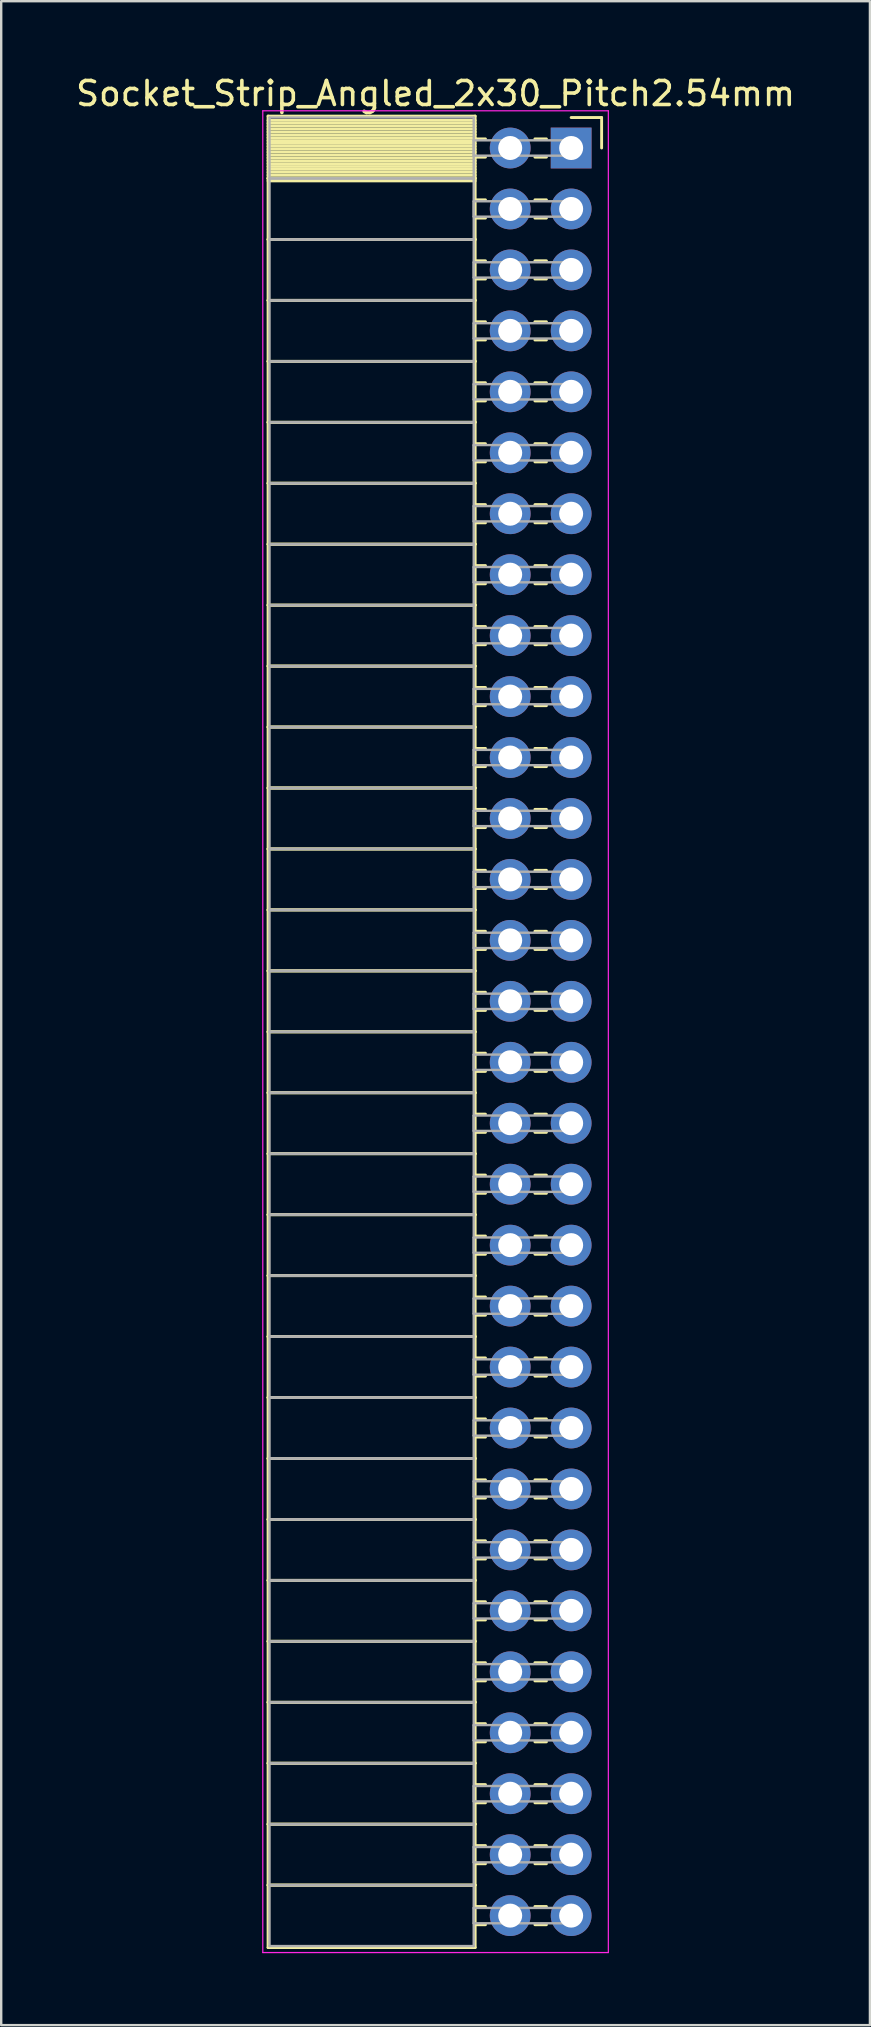
<source format=kicad_pcb>
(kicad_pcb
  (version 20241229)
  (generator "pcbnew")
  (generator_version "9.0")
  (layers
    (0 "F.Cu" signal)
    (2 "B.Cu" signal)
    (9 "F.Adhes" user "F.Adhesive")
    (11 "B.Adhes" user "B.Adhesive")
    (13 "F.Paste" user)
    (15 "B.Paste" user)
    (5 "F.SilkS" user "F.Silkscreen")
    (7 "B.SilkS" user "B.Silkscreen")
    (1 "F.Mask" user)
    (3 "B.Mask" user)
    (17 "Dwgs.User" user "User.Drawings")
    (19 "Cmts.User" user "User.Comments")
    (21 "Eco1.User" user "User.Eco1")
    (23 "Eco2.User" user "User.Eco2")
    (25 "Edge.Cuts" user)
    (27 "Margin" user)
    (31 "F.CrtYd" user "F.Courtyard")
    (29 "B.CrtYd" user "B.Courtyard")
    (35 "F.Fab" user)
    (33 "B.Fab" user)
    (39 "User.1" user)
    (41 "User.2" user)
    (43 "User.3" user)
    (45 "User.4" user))
  (footprint "Socket_Strip_Angled_2x30_Pitch2.54mm"
    (layer "F.Cu")
    (at 20.751 3.118)
    (property "Reference" "Socket_Strip_Angled_2x30_Pitch2.54mm" (at -5.65 -2.27 0) (layer "F.SilkS") (effects (font (size 1 1) (thickness 0.15))))
    (attr through_hole)
    (fp_line (start -12.63 -1.33) (end -4 -1.33) (stroke (width 0.12) (type solid)) (layer "F.SilkS"))
    (fp_line (start -12.63 1.27) (end -12.63 -1.33) (stroke (width 0.12) (type solid)) (layer "F.SilkS"))
    (fp_line (start -12.63 1.27) (end -4 1.27) (stroke (width 0.12) (type solid)) (layer "F.SilkS"))
    (fp_line (start -12.63 3.81) (end -12.63 1.27) (stroke (width 0.12) (type solid)) (layer "F.SilkS"))
    (fp_line (start -12.63 3.81) (end -4 3.81) (stroke (width 0.12) (type solid)) (layer "F.SilkS"))
    (fp_line (start -12.63 6.35) (end -12.63 3.81) (stroke (width 0.12) (type solid)) (layer "F.SilkS"))
    (fp_line (start -12.63 6.35) (end -4 6.35) (stroke (width 0.12) (type solid)) (layer "F.SilkS"))
    (fp_line (start -12.63 8.89) (end -12.63 6.35) (stroke (width 0.12) (type solid)) (layer "F.SilkS"))
    (fp_line (start -12.63 8.89) (end -4 8.89) (stroke (width 0.12) (type solid)) (layer "F.SilkS"))
    (fp_line (start -12.63 11.43) (end -12.63 8.89) (stroke (width 0.12) (type solid)) (layer "F.SilkS"))
    (fp_line (start -12.63 11.43) (end -4 11.43) (stroke (width 0.12) (type solid)) (layer "F.SilkS"))
    (fp_line (start -12.63 13.97) (end -12.63 11.43) (stroke (width 0.12) (type solid)) (layer "F.SilkS"))
    (fp_line (start -12.63 13.97) (end -4 13.97) (stroke (width 0.12) (type solid)) (layer "F.SilkS"))
    (fp_line (start -12.63 16.51) (end -12.63 13.97) (stroke (width 0.12) (type solid)) (layer "F.SilkS"))
    (fp_line (start -12.63 16.51) (end -4 16.51) (stroke (width 0.12) (type solid)) (layer "F.SilkS"))
    (fp_line (start -12.63 19.05) (end -12.63 16.51) (stroke (width 0.12) (type solid)) (layer "F.SilkS"))
    (fp_line (start -12.63 19.05) (end -4 19.05) (stroke (width 0.12) (type solid)) (layer "F.SilkS"))
    (fp_line (start -12.63 21.59) (end -12.63 19.05) (stroke (width 0.12) (type solid)) (layer "F.SilkS"))
    (fp_line (start -12.63 21.59) (end -4 21.59) (stroke (width 0.12) (type solid)) (layer "F.SilkS"))
    (fp_line (start -12.63 24.13) (end -12.63 21.59) (stroke (width 0.12) (type solid)) (layer "F.SilkS"))
    (fp_line (start -12.63 24.13) (end -4 24.13) (stroke (width 0.12) (type solid)) (layer "F.SilkS"))
    (fp_line (start -12.63 26.67) (end -12.63 24.13) (stroke (width 0.12) (type solid)) (layer "F.SilkS"))
    (fp_line (start -12.63 26.67) (end -4 26.67) (stroke (width 0.12) (type solid)) (layer "F.SilkS"))
    (fp_line (start -12.63 29.21) (end -12.63 26.67) (stroke (width 0.12) (type solid)) (layer "F.SilkS"))
    (fp_line (start -12.63 29.21) (end -4 29.21) (stroke (width 0.12) (type solid)) (layer "F.SilkS"))
    (fp_line (start -12.63 31.75) (end -12.63 29.21) (stroke (width 0.12) (type solid)) (layer "F.SilkS"))
    (fp_line (start -12.63 31.75) (end -4 31.75) (stroke (width 0.12) (type solid)) (layer "F.SilkS"))
    (fp_line (start -12.63 34.29) (end -12.63 31.75) (stroke (width 0.12) (type solid)) (layer "F.SilkS"))
    (fp_line (start -12.63 34.29) (end -4 34.29) (stroke (width 0.12) (type solid)) (layer "F.SilkS"))
    (fp_line (start -12.63 36.83) (end -12.63 34.29) (stroke (width 0.12) (type solid)) (layer "F.SilkS"))
    (fp_line (start -12.63 36.83) (end -4 36.83) (stroke (width 0.12) (type solid)) (layer "F.SilkS"))
    (fp_line (start -12.63 39.37) (end -12.63 36.83) (stroke (width 0.12) (type solid)) (layer "F.SilkS"))
    (fp_line (start -12.63 39.37) (end -4 39.37) (stroke (width 0.12) (type solid)) (layer "F.SilkS"))
    (fp_line (start -12.63 41.91) (end -12.63 39.37) (stroke (width 0.12) (type solid)) (layer "F.SilkS"))
    (fp_line (start -12.63 41.91) (end -4 41.91) (stroke (width 0.12) (type solid)) (layer "F.SilkS"))
    (fp_line (start -12.63 44.45) (end -12.63 41.91) (stroke (width 0.12) (type solid)) (layer "F.SilkS"))
    (fp_line (start -12.63 44.45) (end -4 44.45) (stroke (width 0.12) (type solid)) (layer "F.SilkS"))
    (fp_line (start -12.63 46.99) (end -12.63 44.45) (stroke (width 0.12) (type solid)) (layer "F.SilkS"))
    (fp_line (start -12.63 46.99) (end -4 46.99) (stroke (width 0.12) (type solid)) (layer "F.SilkS"))
    (fp_line (start -12.63 49.53) (end -12.63 46.99) (stroke (width 0.12) (type solid)) (layer "F.SilkS"))
    (fp_line (start -12.63 49.53) (end -4 49.53) (stroke (width 0.12) (type solid)) (layer "F.SilkS"))
    (fp_line (start -12.63 52.07) (end -12.63 49.53) (stroke (width 0.12) (type solid)) (layer "F.SilkS"))
    (fp_line (start -12.63 52.07) (end -4 52.07) (stroke (width 0.12) (type solid)) (layer "F.SilkS"))
    (fp_line (start -12.63 54.61) (end -12.63 52.07) (stroke (width 0.12) (type solid)) (layer "F.SilkS"))
    (fp_line (start -12.63 54.61) (end -4 54.61) (stroke (width 0.12) (type solid)) (layer "F.SilkS"))
    (fp_line (start -12.63 57.15) (end -12.63 54.61) (stroke (width 0.12) (type solid)) (layer "F.SilkS"))
    (fp_line (start -12.63 57.15) (end -4 57.15) (stroke (width 0.12) (type solid)) (layer "F.SilkS"))
    (fp_line (start -12.63 59.69) (end -12.63 57.15) (stroke (width 0.12) (type solid)) (layer "F.SilkS"))
    (fp_line (start -12.63 59.69) (end -4 59.69) (stroke (width 0.12) (type solid)) (layer "F.SilkS"))
    (fp_line (start -12.63 62.23) (end -12.63 59.69) (stroke (width 0.12) (type solid)) (layer "F.SilkS"))
    (fp_line (start -12.63 62.23) (end -4 62.23) (stroke (width 0.12) (type solid)) (layer "F.SilkS"))
    (fp_line (start -12.63 64.77) (end -12.63 62.23) (stroke (width 0.12) (type solid)) (layer "F.SilkS"))
    (fp_line (start -12.63 64.77) (end -4 64.77) (stroke (width 0.12) (type solid)) (layer "F.SilkS"))
    (fp_line (start -12.63 67.31) (end -12.63 64.77) (stroke (width 0.12) (type solid)) (layer "F.SilkS"))
    (fp_line (start -12.63 67.31) (end -4 67.31) (stroke (width 0.12) (type solid)) (layer "F.SilkS"))
    (fp_line (start -12.63 69.85) (end -12.63 67.31) (stroke (width 0.12) (type solid)) (layer "F.SilkS"))
    (fp_line (start -12.63 69.85) (end -4 69.85) (stroke (width 0.12) (type solid)) (layer "F.SilkS"))
    (fp_line (start -12.63 72.39) (end -12.63 69.85) (stroke (width 0.12) (type solid)) (layer "F.SilkS"))
    (fp_line (start -12.63 72.39) (end -4 72.39) (stroke (width 0.12) (type solid)) (layer "F.SilkS"))
    (fp_line (start -12.63 74.99) (end -12.63 72.39) (stroke (width 0.12) (type solid)) (layer "F.SilkS"))
    (fp_line (start -4 -1.33) (end -4 1.27) (stroke (width 0.12) (type solid)) (layer "F.SilkS"))
    (fp_line (start -4 -1.15) (end -12.63 -1.15) (stroke (width 0.12) (type solid)) (layer "F.SilkS"))
    (fp_line (start -4 -1.03) (end -12.63 -1.03) (stroke (width 0.12) (type solid)) (layer "F.SilkS"))
    (fp_line (start -4 -0.91) (end -12.63 -0.91) (stroke (width 0.12) (type solid)) (layer "F.SilkS"))
    (fp_line (start -4 -0.79) (end -12.63 -0.79) (stroke (width 0.12) (type solid)) (layer "F.SilkS"))
    (fp_line (start -4 -0.67) (end -12.63 -0.67) (stroke (width 0.12) (type solid)) (layer "F.SilkS"))
    (fp_line (start -4 -0.55) (end -12.63 -0.55) (stroke (width 0.12) (type solid)) (layer "F.SilkS"))
    (fp_line (start -4 -0.43) (end -12.63 -0.43) (stroke (width 0.12) (type solid)) (layer "F.SilkS"))
    (fp_line (start -4 -0.31) (end -12.63 -0.31) (stroke (width 0.12) (type solid)) (layer "F.SilkS"))
    (fp_line (start -4 -0.19) (end -12.63 -0.19) (stroke (width 0.12) (type solid)) (layer "F.SilkS"))
    (fp_line (start -4 -0.07) (end -12.63 -0.07) (stroke (width 0.12) (type solid)) (layer "F.SilkS"))
    (fp_line (start -4 0.05) (end -12.63 0.05) (stroke (width 0.12) (type solid)) (layer "F.SilkS"))
    (fp_line (start -4 0.17) (end -12.63 0.17) (stroke (width 0.12) (type solid)) (layer "F.SilkS"))
    (fp_line (start -4 0.29) (end -12.63 0.29) (stroke (width 0.12) (type solid)) (layer "F.SilkS"))
    (fp_line (start -4 0.41) (end -12.63 0.41) (stroke (width 0.12) (type solid)) (layer "F.SilkS"))
    (fp_line (start -4 0.53) (end -12.63 0.53) (stroke (width 0.12) (type solid)) (layer "F.SilkS"))
    (fp_line (start -4 0.65) (end -12.63 0.65) (stroke (width 0.12) (type solid)) (layer "F.SilkS"))
    (fp_line (start -4 0.77) (end -12.63 0.77) (stroke (width 0.12) (type solid)) (layer "F.SilkS"))
    (fp_line (start -4 0.89) (end -12.63 0.89) (stroke (width 0.12) (type solid)) (layer "F.SilkS"))
    (fp_line (start -4 1.01) (end -12.63 1.01) (stroke (width 0.12) (type solid)) (layer "F.SilkS"))
    (fp_line (start -4 1.13) (end -12.63 1.13) (stroke (width 0.12) (type solid)) (layer "F.SilkS"))
    (fp_line (start -4 1.25) (end -12.63 1.25) (stroke (width 0.12) (type solid)) (layer "F.SilkS"))
    (fp_line (start -4 1.27) (end -12.63 1.27) (stroke (width 0.12) (type solid)) (layer "F.SilkS"))
    (fp_line (start -4 1.27) (end -4 3.81) (stroke (width 0.12) (type solid)) (layer "F.SilkS"))
    (fp_line (start -4 1.37) (end -12.63 1.37) (stroke (width 0.12) (type solid)) (layer "F.SilkS"))
    (fp_line (start -4 3.81) (end -12.63 3.81) (stroke (width 0.12) (type solid)) (layer "F.SilkS"))
    (fp_line (start -4 3.81) (end -4 6.35) (stroke (width 0.12) (type solid)) (layer "F.SilkS"))
    (fp_line (start -4 6.35) (end -12.63 6.35) (stroke (width 0.12) (type solid)) (layer "F.SilkS"))
    (fp_line (start -4 6.35) (end -4 8.89) (stroke (width 0.12) (type solid)) (layer "F.SilkS"))
    (fp_line (start -4 8.89) (end -12.63 8.89) (stroke (width 0.12) (type solid)) (layer "F.SilkS"))
    (fp_line (start -4 8.89) (end -4 11.43) (stroke (width 0.12) (type solid)) (layer "F.SilkS"))
    (fp_line (start -4 11.43) (end -12.63 11.43) (stroke (width 0.12) (type solid)) (layer "F.SilkS"))
    (fp_line (start -4 11.43) (end -4 13.97) (stroke (width 0.12) (type solid)) (layer "F.SilkS"))
    (fp_line (start -4 13.97) (end -12.63 13.97) (stroke (width 0.12) (type solid)) (layer "F.SilkS"))
    (fp_line (start -4 13.97) (end -4 16.51) (stroke (width 0.12) (type solid)) (layer "F.SilkS"))
    (fp_line (start -4 16.51) (end -12.63 16.51) (stroke (width 0.12) (type solid)) (layer "F.SilkS"))
    (fp_line (start -4 16.51) (end -4 19.05) (stroke (width 0.12) (type solid)) (layer "F.SilkS"))
    (fp_line (start -4 19.05) (end -12.63 19.05) (stroke (width 0.12) (type solid)) (layer "F.SilkS"))
    (fp_line (start -4 19.05) (end -4 21.59) (stroke (width 0.12) (type solid)) (layer "F.SilkS"))
    (fp_line (start -4 21.59) (end -12.63 21.59) (stroke (width 0.12) (type solid)) (layer "F.SilkS"))
    (fp_line (start -4 21.59) (end -4 24.13) (stroke (width 0.12) (type solid)) (layer "F.SilkS"))
    (fp_line (start -4 24.13) (end -12.63 24.13) (stroke (width 0.12) (type solid)) (layer "F.SilkS"))
    (fp_line (start -4 24.13) (end -4 26.67) (stroke (width 0.12) (type solid)) (layer "F.SilkS"))
    (fp_line (start -4 26.67) (end -12.63 26.67) (stroke (width 0.12) (type solid)) (layer "F.SilkS"))
    (fp_line (start -4 26.67) (end -4 29.21) (stroke (width 0.12) (type solid)) (layer "F.SilkS"))
    (fp_line (start -4 29.21) (end -12.63 29.21) (stroke (width 0.12) (type solid)) (layer "F.SilkS"))
    (fp_line (start -4 29.21) (end -4 31.75) (stroke (width 0.12) (type solid)) (layer "F.SilkS"))
    (fp_line (start -4 31.75) (end -12.63 31.75) (stroke (width 0.12) (type solid)) (layer "F.SilkS"))
    (fp_line (start -4 31.75) (end -4 34.29) (stroke (width 0.12) (type solid)) (layer "F.SilkS"))
    (fp_line (start -4 34.29) (end -12.63 34.29) (stroke (width 0.12) (type solid)) (layer "F.SilkS"))
    (fp_line (start -4 34.29) (end -4 36.83) (stroke (width 0.12) (type solid)) (layer "F.SilkS"))
    (fp_line (start -4 36.83) (end -12.63 36.83) (stroke (width 0.12) (type solid)) (layer "F.SilkS"))
    (fp_line (start -4 36.83) (end -4 39.37) (stroke (width 0.12) (type solid)) (layer "F.SilkS"))
    (fp_line (start -4 39.37) (end -12.63 39.37) (stroke (width 0.12) (type solid)) (layer "F.SilkS"))
    (fp_line (start -4 39.37) (end -4 41.91) (stroke (width 0.12) (type solid)) (layer "F.SilkS"))
    (fp_line (start -4 41.91) (end -12.63 41.91) (stroke (width 0.12) (type solid)) (layer "F.SilkS"))
    (fp_line (start -4 41.91) (end -4 44.45) (stroke (width 0.12) (type solid)) (layer "F.SilkS"))
    (fp_line (start -4 44.45) (end -12.63 44.45) (stroke (width 0.12) (type solid)) (layer "F.SilkS"))
    (fp_line (start -4 44.45) (end -4 46.99) (stroke (width 0.12) (type solid)) (layer "F.SilkS"))
    (fp_line (start -4 46.99) (end -12.63 46.99) (stroke (width 0.12) (type solid)) (layer "F.SilkS"))
    (fp_line (start -4 46.99) (end -4 49.53) (stroke (width 0.12) (type solid)) (layer "F.SilkS"))
    (fp_line (start -4 49.53) (end -12.63 49.53) (stroke (width 0.12) (type solid)) (layer "F.SilkS"))
    (fp_line (start -4 49.53) (end -4 52.07) (stroke (width 0.12) (type solid)) (layer "F.SilkS"))
    (fp_line (start -4 52.07) (end -12.63 52.07) (stroke (width 0.12) (type solid)) (layer "F.SilkS"))
    (fp_line (start -4 52.07) (end -4 54.61) (stroke (width 0.12) (type solid)) (layer "F.SilkS"))
    (fp_line (start -4 54.61) (end -12.63 54.61) (stroke (width 0.12) (type solid)) (layer "F.SilkS"))
    (fp_line (start -4 54.61) (end -4 57.15) (stroke (width 0.12) (type solid)) (layer "F.SilkS"))
    (fp_line (start -4 57.15) (end -12.63 57.15) (stroke (width 0.12) (type solid)) (layer "F.SilkS"))
    (fp_line (start -4 57.15) (end -4 59.69) (stroke (width 0.12) (type solid)) (layer "F.SilkS"))
    (fp_line (start -4 59.69) (end -12.63 59.69) (stroke (width 0.12) (type solid)) (layer "F.SilkS"))
    (fp_line (start -4 59.69) (end -4 62.23) (stroke (width 0.12) (type solid)) (layer "F.SilkS"))
    (fp_line (start -4 62.23) (end -12.63 62.23) (stroke (width 0.12) (type solid)) (layer "F.SilkS"))
    (fp_line (start -4 62.23) (end -4 64.77) (stroke (width 0.12) (type solid)) (layer "F.SilkS"))
    (fp_line (start -4 64.77) (end -12.63 64.77) (stroke (width 0.12) (type solid)) (layer "F.SilkS"))
    (fp_line (start -4 64.77) (end -4 67.31) (stroke (width 0.12) (type solid)) (layer "F.SilkS"))
    (fp_line (start -4 67.31) (end -12.63 67.31) (stroke (width 0.12) (type solid)) (layer "F.SilkS"))
    (fp_line (start -4 67.31) (end -4 69.85) (stroke (width 0.12) (type solid)) (layer "F.SilkS"))
    (fp_line (start -4 69.85) (end -12.63 69.85) (stroke (width 0.12) (type solid)) (layer "F.SilkS"))
    (fp_line (start -4 69.85) (end -4 72.39) (stroke (width 0.12) (type solid)) (layer "F.SilkS"))
    (fp_line (start -4 72.39) (end -12.63 72.39) (stroke (width 0.12) (type solid)) (layer "F.SilkS"))
    (fp_line (start -4 72.39) (end -4 74.99) (stroke (width 0.12) (type solid)) (layer "F.SilkS"))
    (fp_line (start -4 74.99) (end -12.63 74.99) (stroke (width 0.12) (type solid)) (layer "F.SilkS"))
    (fp_line (start -3.57 -0.38) (end -4 -0.38) (stroke (width 0.12) (type solid)) (layer "F.SilkS"))
    (fp_line (start -3.57 0.38) (end -4 0.38) (stroke (width 0.12) (type solid)) (layer "F.SilkS"))
    (fp_line (start -3.57 2.16) (end -4 2.16) (stroke (width 0.12) (type solid)) (layer "F.SilkS"))
    (fp_line (start -3.57 2.92) (end -4 2.92) (stroke (width 0.12) (type solid)) (layer "F.SilkS"))
    (fp_line (start -3.57 4.7) (end -4 4.7) (stroke (width 0.12) (type solid)) (layer "F.SilkS"))
    (fp_line (start -3.57 5.46) (end -4 5.46) (stroke (width 0.12) (type solid)) (layer "F.SilkS"))
    (fp_line (start -3.57 7.24) (end -4 7.24) (stroke (width 0.12) (type solid)) (layer "F.SilkS"))
    (fp_line (start -3.57 8) (end -4 8) (stroke (width 0.12) (type solid)) (layer "F.SilkS"))
    (fp_line (start -3.57 9.78) (end -4 9.78) (stroke (width 0.12) (type solid)) (layer "F.SilkS"))
    (fp_line (start -3.57 10.54) (end -4 10.54) (stroke (width 0.12) (type solid)) (layer "F.SilkS"))
    (fp_line (start -3.57 12.32) (end -4 12.32) (stroke (width 0.12) (type solid)) (layer "F.SilkS"))
    (fp_line (start -3.57 13.08) (end -4 13.08) (stroke (width 0.12) (type solid)) (layer "F.SilkS"))
    (fp_line (start -3.57 14.86) (end -4 14.86) (stroke (width 0.12) (type solid)) (layer "F.SilkS"))
    (fp_line (start -3.57 15.62) (end -4 15.62) (stroke (width 0.12) (type solid)) (layer "F.SilkS"))
    (fp_line (start -3.57 17.4) (end -4 17.4) (stroke (width 0.12) (type solid)) (layer "F.SilkS"))
    (fp_line (start -3.57 18.16) (end -4 18.16) (stroke (width 0.12) (type solid)) (layer "F.SilkS"))
    (fp_line (start -3.57 19.94) (end -4 19.94) (stroke (width 0.12) (type solid)) (layer "F.SilkS"))
    (fp_line (start -3.57 20.7) (end -4 20.7) (stroke (width 0.12) (type solid)) (layer "F.SilkS"))
    (fp_line (start -3.57 22.48) (end -4 22.48) (stroke (width 0.12) (type solid)) (layer "F.SilkS"))
    (fp_line (start -3.57 23.24) (end -4 23.24) (stroke (width 0.12) (type solid)) (layer "F.SilkS"))
    (fp_line (start -3.57 25.02) (end -4 25.02) (stroke (width 0.12) (type solid)) (layer "F.SilkS"))
    (fp_line (start -3.57 25.78) (end -4 25.78) (stroke (width 0.12) (type solid)) (layer "F.SilkS"))
    (fp_line (start -3.57 27.56) (end -4 27.56) (stroke (width 0.12) (type solid)) (layer "F.SilkS"))
    (fp_line (start -3.57 28.32) (end -4 28.32) (stroke (width 0.12) (type solid)) (layer "F.SilkS"))
    (fp_line (start -3.57 30.1) (end -4 30.1) (stroke (width 0.12) (type solid)) (layer "F.SilkS"))
    (fp_line (start -3.57 30.86) (end -4 30.86) (stroke (width 0.12) (type solid)) (layer "F.SilkS"))
    (fp_line (start -3.57 32.64) (end -4 32.64) (stroke (width 0.12) (type solid)) (layer "F.SilkS"))
    (fp_line (start -3.57 33.4) (end -4 33.4) (stroke (width 0.12) (type solid)) (layer "F.SilkS"))
    (fp_line (start -3.57 35.18) (end -4 35.18) (stroke (width 0.12) (type solid)) (layer "F.SilkS"))
    (fp_line (start -3.57 35.94) (end -4 35.94) (stroke (width 0.12) (type solid)) (layer "F.SilkS"))
    (fp_line (start -3.57 37.72) (end -4 37.72) (stroke (width 0.12) (type solid)) (layer "F.SilkS"))
    (fp_line (start -3.57 38.48) (end -4 38.48) (stroke (width 0.12) (type solid)) (layer "F.SilkS"))
    (fp_line (start -3.57 40.26) (end -4 40.26) (stroke (width 0.12) (type solid)) (layer "F.SilkS"))
    (fp_line (start -3.57 41.02) (end -4 41.02) (stroke (width 0.12) (type solid)) (layer "F.SilkS"))
    (fp_line (start -3.57 42.8) (end -4 42.8) (stroke (width 0.12) (type solid)) (layer "F.SilkS"))
    (fp_line (start -3.57 43.56) (end -4 43.56) (stroke (width 0.12) (type solid)) (layer "F.SilkS"))
    (fp_line (start -3.57 45.34) (end -4 45.34) (stroke (width 0.12) (type solid)) (layer "F.SilkS"))
    (fp_line (start -3.57 46.1) (end -4 46.1) (stroke (width 0.12) (type solid)) (layer "F.SilkS"))
    (fp_line (start -3.57 47.88) (end -4 47.88) (stroke (width 0.12) (type solid)) (layer "F.SilkS"))
    (fp_line (start -3.57 48.64) (end -4 48.64) (stroke (width 0.12) (type solid)) (layer "F.SilkS"))
    (fp_line (start -3.57 50.42) (end -4 50.42) (stroke (width 0.12) (type solid)) (layer "F.SilkS"))
    (fp_line (start -3.57 51.18) (end -4 51.18) (stroke (width 0.12) (type solid)) (layer "F.SilkS"))
    (fp_line (start -3.57 52.96) (end -4 52.96) (stroke (width 0.12) (type solid)) (layer "F.SilkS"))
    (fp_line (start -3.57 53.72) (end -4 53.72) (stroke (width 0.12) (type solid)) (layer "F.SilkS"))
    (fp_line (start -3.57 55.5) (end -4 55.5) (stroke (width 0.12) (type solid)) (layer "F.SilkS"))
    (fp_line (start -3.57 56.26) (end -4 56.26) (stroke (width 0.12) (type solid)) (layer "F.SilkS"))
    (fp_line (start -3.57 58.04) (end -4 58.04) (stroke (width 0.12) (type solid)) (layer "F.SilkS"))
    (fp_line (start -3.57 58.8) (end -4 58.8) (stroke (width 0.12) (type solid)) (layer "F.SilkS"))
    (fp_line (start -3.57 60.58) (end -4 60.58) (stroke (width 0.12) (type solid)) (layer "F.SilkS"))
    (fp_line (start -3.57 61.34) (end -4 61.34) (stroke (width 0.12) (type solid)) (layer "F.SilkS"))
    (fp_line (start -3.57 63.12) (end -4 63.12) (stroke (width 0.12) (type solid)) (layer "F.SilkS"))
    (fp_line (start -3.57 63.88) (end -4 63.88) (stroke (width 0.12) (type solid)) (layer "F.SilkS"))
    (fp_line (start -3.57 65.66) (end -4 65.66) (stroke (width 0.12) (type solid)) (layer "F.SilkS"))
    (fp_line (start -3.57 66.42) (end -4 66.42) (stroke (width 0.12) (type solid)) (layer "F.SilkS"))
    (fp_line (start -3.57 68.2) (end -4 68.2) (stroke (width 0.12) (type solid)) (layer "F.SilkS"))
    (fp_line (start -3.57 68.96) (end -4 68.96) (stroke (width 0.12) (type solid)) (layer "F.SilkS"))
    (fp_line (start -3.57 70.74) (end -4 70.74) (stroke (width 0.12) (type solid)) (layer "F.SilkS"))
    (fp_line (start -3.57 71.5) (end -4 71.5) (stroke (width 0.12) (type solid)) (layer "F.SilkS"))
    (fp_line (start -3.57 73.28) (end -4 73.28) (stroke (width 0.12) (type solid)) (layer "F.SilkS"))
    (fp_line (start -3.57 74.04) (end -4 74.04) (stroke (width 0.12) (type solid)) (layer "F.SilkS"))
    (fp_line (start -1.03 -0.38) (end -1.51 -0.38) (stroke (width 0.12) (type solid)) (layer "F.SilkS"))
    (fp_line (start -1.03 0.38) (end -1.51 0.38) (stroke (width 0.12) (type solid)) (layer "F.SilkS"))
    (fp_line (start -1.03 2.16) (end -1.51 2.16) (stroke (width 0.12) (type solid)) (layer "F.SilkS"))
    (fp_line (start -1.03 2.92) (end -1.51 2.92) (stroke (width 0.12) (type solid)) (layer "F.SilkS"))
    (fp_line (start -1.03 4.7) (end -1.51 4.7) (stroke (width 0.12) (type solid)) (layer "F.SilkS"))
    (fp_line (start -1.03 5.46) (end -1.51 5.46) (stroke (width 0.12) (type solid)) (layer "F.SilkS"))
    (fp_line (start -1.03 7.24) (end -1.51 7.24) (stroke (width 0.12) (type solid)) (layer "F.SilkS"))
    (fp_line (start -1.03 8) (end -1.51 8) (stroke (width 0.12) (type solid)) (layer "F.SilkS"))
    (fp_line (start -1.03 9.78) (end -1.51 9.78) (stroke (width 0.12) (type solid)) (layer "F.SilkS"))
    (fp_line (start -1.03 10.54) (end -1.51 10.54) (stroke (width 0.12) (type solid)) (layer "F.SilkS"))
    (fp_line (start -1.03 12.32) (end -1.51 12.32) (stroke (width 0.12) (type solid)) (layer "F.SilkS"))
    (fp_line (start -1.03 13.08) (end -1.51 13.08) (stroke (width 0.12) (type solid)) (layer "F.SilkS"))
    (fp_line (start -1.03 14.86) (end -1.51 14.86) (stroke (width 0.12) (type solid)) (layer "F.SilkS"))
    (fp_line (start -1.03 15.62) (end -1.51 15.62) (stroke (width 0.12) (type solid)) (layer "F.SilkS"))
    (fp_line (start -1.03 17.4) (end -1.51 17.4) (stroke (width 0.12) (type solid)) (layer "F.SilkS"))
    (fp_line (start -1.03 18.16) (end -1.51 18.16) (stroke (width 0.12) (type solid)) (layer "F.SilkS"))
    (fp_line (start -1.03 19.94) (end -1.51 19.94) (stroke (width 0.12) (type solid)) (layer "F.SilkS"))
    (fp_line (start -1.03 20.7) (end -1.51 20.7) (stroke (width 0.12) (type solid)) (layer "F.SilkS"))
    (fp_line (start -1.03 22.48) (end -1.51 22.48) (stroke (width 0.12) (type solid)) (layer "F.SilkS"))
    (fp_line (start -1.03 23.24) (end -1.51 23.24) (stroke (width 0.12) (type solid)) (layer "F.SilkS"))
    (fp_line (start -1.03 25.02) (end -1.51 25.02) (stroke (width 0.12) (type solid)) (layer "F.SilkS"))
    (fp_line (start -1.03 25.78) (end -1.51 25.78) (stroke (width 0.12) (type solid)) (layer "F.SilkS"))
    (fp_line (start -1.03 27.56) (end -1.51 27.56) (stroke (width 0.12) (type solid)) (layer "F.SilkS"))
    (fp_line (start -1.03 28.32) (end -1.51 28.32) (stroke (width 0.12) (type solid)) (layer "F.SilkS"))
    (fp_line (start -1.03 30.1) (end -1.51 30.1) (stroke (width 0.12) (type solid)) (layer "F.SilkS"))
    (fp_line (start -1.03 30.86) (end -1.51 30.86) (stroke (width 0.12) (type solid)) (layer "F.SilkS"))
    (fp_line (start -1.03 32.64) (end -1.51 32.64) (stroke (width 0.12) (type solid)) (layer "F.SilkS"))
    (fp_line (start -1.03 33.4) (end -1.51 33.4) (stroke (width 0.12) (type solid)) (layer "F.SilkS"))
    (fp_line (start -1.03 35.18) (end -1.51 35.18) (stroke (width 0.12) (type solid)) (layer "F.SilkS"))
    (fp_line (start -1.03 35.94) (end -1.51 35.94) (stroke (width 0.12) (type solid)) (layer "F.SilkS"))
    (fp_line (start -1.03 37.72) (end -1.51 37.72) (stroke (width 0.12) (type solid)) (layer "F.SilkS"))
    (fp_line (start -1.03 38.48) (end -1.51 38.48) (stroke (width 0.12) (type solid)) (layer "F.SilkS"))
    (fp_line (start -1.03 40.26) (end -1.51 40.26) (stroke (width 0.12) (type solid)) (layer "F.SilkS"))
    (fp_line (start -1.03 41.02) (end -1.51 41.02) (stroke (width 0.12) (type solid)) (layer "F.SilkS"))
    (fp_line (start -1.03 42.8) (end -1.51 42.8) (stroke (width 0.12) (type solid)) (layer "F.SilkS"))
    (fp_line (start -1.03 43.56) (end -1.51 43.56) (stroke (width 0.12) (type solid)) (layer "F.SilkS"))
    (fp_line (start -1.03 45.34) (end -1.51 45.34) (stroke (width 0.12) (type solid)) (layer "F.SilkS"))
    (fp_line (start -1.03 46.1) (end -1.51 46.1) (stroke (width 0.12) (type solid)) (layer "F.SilkS"))
    (fp_line (start -1.03 47.88) (end -1.51 47.88) (stroke (width 0.12) (type solid)) (layer "F.SilkS"))
    (fp_line (start -1.03 48.64) (end -1.51 48.64) (stroke (width 0.12) (type solid)) (layer "F.SilkS"))
    (fp_line (start -1.03 50.42) (end -1.51 50.42) (stroke (width 0.12) (type solid)) (layer "F.SilkS"))
    (fp_line (start -1.03 51.18) (end -1.51 51.18) (stroke (width 0.12) (type solid)) (layer "F.SilkS"))
    (fp_line (start -1.03 52.96) (end -1.51 52.96) (stroke (width 0.12) (type solid)) (layer "F.SilkS"))
    (fp_line (start -1.03 53.72) (end -1.51 53.72) (stroke (width 0.12) (type solid)) (layer "F.SilkS"))
    (fp_line (start -1.03 55.5) (end -1.51 55.5) (stroke (width 0.12) (type solid)) (layer "F.SilkS"))
    (fp_line (start -1.03 56.26) (end -1.51 56.26) (stroke (width 0.12) (type solid)) (layer "F.SilkS"))
    (fp_line (start -1.03 58.04) (end -1.51 58.04) (stroke (width 0.12) (type solid)) (layer "F.SilkS"))
    (fp_line (start -1.03 58.8) (end -1.51 58.8) (stroke (width 0.12) (type solid)) (layer "F.SilkS"))
    (fp_line (start -1.03 60.58) (end -1.51 60.58) (stroke (width 0.12) (type solid)) (layer "F.SilkS"))
    (fp_line (start -1.03 61.34) (end -1.51 61.34) (stroke (width 0.12) (type solid)) (layer "F.SilkS"))
    (fp_line (start -1.03 63.12) (end -1.51 63.12) (stroke (width 0.12) (type solid)) (layer "F.SilkS"))
    (fp_line (start -1.03 63.88) (end -1.51 63.88) (stroke (width 0.12) (type solid)) (layer "F.SilkS"))
    (fp_line (start -1.03 65.66) (end -1.51 65.66) (stroke (width 0.12) (type solid)) (layer "F.SilkS"))
    (fp_line (start -1.03 66.42) (end -1.51 66.42) (stroke (width 0.12) (type solid)) (layer "F.SilkS"))
    (fp_line (start -1.03 68.2) (end -1.51 68.2) (stroke (width 0.12) (type solid)) (layer "F.SilkS"))
    (fp_line (start -1.03 68.96) (end -1.51 68.96) (stroke (width 0.12) (type solid)) (layer "F.SilkS"))
    (fp_line (start -1.03 70.74) (end -1.51 70.74) (stroke (width 0.12) (type solid)) (layer "F.SilkS"))
    (fp_line (start -1.03 71.5) (end -1.51 71.5) (stroke (width 0.12) (type solid)) (layer "F.SilkS"))
    (fp_line (start -1.03 73.28) (end -1.51 73.28) (stroke (width 0.12) (type solid)) (layer "F.SilkS"))
    (fp_line (start -1.03 74.04) (end -1.51 74.04) (stroke (width 0.12) (type solid)) (layer "F.SilkS"))
    (fp_line (start 0 -1.27) (end 1.27 -1.27) (stroke (width 0.12) (type solid)) (layer "F.SilkS"))
    (fp_line (start 1.27 -1.27) (end 1.27 0) (stroke (width 0.12) (type solid)) (layer "F.SilkS"))
    (fp_line (start -12.85 -1.55) (end 1.55 -1.55) (stroke (width 0.05) (type solid)) (layer "F.CrtYd"))
    (fp_line (start -12.85 75.2) (end -12.85 -1.55) (stroke (width 0.05) (type solid)) (layer "F.CrtYd"))
    (fp_line (start 1.55 -1.55) (end 1.55 75.2) (stroke (width 0.05) (type solid)) (layer "F.CrtYd"))
    (fp_line (start 1.55 75.2) (end -12.85 75.2) (stroke (width 0.05) (type solid)) (layer "F.CrtYd"))
    (fp_line (start -12.57 -1.27) (end -4.06 -1.27) (stroke (width 0.1) (type solid)) (layer "F.Fab"))
    (fp_line (start -12.57 1.27) (end -12.57 -1.27) (stroke (width 0.1) (type solid)) (layer "F.Fab"))
    (fp_line (start -12.57 1.27) (end -4.06 1.27) (stroke (width 0.1) (type solid)) (layer "F.Fab"))
    (fp_line (start -12.57 3.81) (end -12.57 1.27) (stroke (width 0.1) (type solid)) (layer "F.Fab"))
    (fp_line (start -12.57 3.81) (end -4.06 3.81) (stroke (width 0.1) (type solid)) (layer "F.Fab"))
    (fp_line (start -12.57 6.35) (end -12.57 3.81) (stroke (width 0.1) (type solid)) (layer "F.Fab"))
    (fp_line (start -12.57 6.35) (end -4.06 6.35) (stroke (width 0.1) (type solid)) (layer "F.Fab"))
    (fp_line (start -12.57 8.89) (end -12.57 6.35) (stroke (width 0.1) (type solid)) (layer "F.Fab"))
    (fp_line (start -12.57 8.89) (end -4.06 8.89) (stroke (width 0.1) (type solid)) (layer "F.Fab"))
    (fp_line (start -12.57 11.43) (end -12.57 8.89) (stroke (width 0.1) (type solid)) (layer "F.Fab"))
    (fp_line (start -12.57 11.43) (end -4.06 11.43) (stroke (width 0.1) (type solid)) (layer "F.Fab"))
    (fp_line (start -12.57 13.97) (end -12.57 11.43) (stroke (width 0.1) (type solid)) (layer "F.Fab"))
    (fp_line (start -12.57 13.97) (end -4.06 13.97) (stroke (width 0.1) (type solid)) (layer "F.Fab"))
    (fp_line (start -12.57 16.51) (end -12.57 13.97) (stroke (width 0.1) (type solid)) (layer "F.Fab"))
    (fp_line (start -12.57 16.51) (end -4.06 16.51) (stroke (width 0.1) (type solid)) (layer "F.Fab"))
    (fp_line (start -12.57 19.05) (end -12.57 16.51) (stroke (width 0.1) (type solid)) (layer "F.Fab"))
    (fp_line (start -12.57 19.05) (end -4.06 19.05) (stroke (width 0.1) (type solid)) (layer "F.Fab"))
    (fp_line (start -12.57 21.59) (end -12.57 19.05) (stroke (width 0.1) (type solid)) (layer "F.Fab"))
    (fp_line (start -12.57 21.59) (end -4.06 21.59) (stroke (width 0.1) (type solid)) (layer "F.Fab"))
    (fp_line (start -12.57 24.13) (end -12.57 21.59) (stroke (width 0.1) (type solid)) (layer "F.Fab"))
    (fp_line (start -12.57 24.13) (end -4.06 24.13) (stroke (width 0.1) (type solid)) (layer "F.Fab"))
    (fp_line (start -12.57 26.67) (end -12.57 24.13) (stroke (width 0.1) (type solid)) (layer "F.Fab"))
    (fp_line (start -12.57 26.67) (end -4.06 26.67) (stroke (width 0.1) (type solid)) (layer "F.Fab"))
    (fp_line (start -12.57 29.21) (end -12.57 26.67) (stroke (width 0.1) (type solid)) (layer "F.Fab"))
    (fp_line (start -12.57 29.21) (end -4.06 29.21) (stroke (width 0.1) (type solid)) (layer "F.Fab"))
    (fp_line (start -12.57 31.75) (end -12.57 29.21) (stroke (width 0.1) (type solid)) (layer "F.Fab"))
    (fp_line (start -12.57 31.75) (end -4.06 31.75) (stroke (width 0.1) (type solid)) (layer "F.Fab"))
    (fp_line (start -12.57 34.29) (end -12.57 31.75) (stroke (width 0.1) (type solid)) (layer "F.Fab"))
    (fp_line (start -12.57 34.29) (end -4.06 34.29) (stroke (width 0.1) (type solid)) (layer "F.Fab"))
    (fp_line (start -12.57 36.83) (end -12.57 34.29) (stroke (width 0.1) (type solid)) (layer "F.Fab"))
    (fp_line (start -12.57 36.83) (end -4.06 36.83) (stroke (width 0.1) (type solid)) (layer "F.Fab"))
    (fp_line (start -12.57 39.37) (end -12.57 36.83) (stroke (width 0.1) (type solid)) (layer "F.Fab"))
    (fp_line (start -12.57 39.37) (end -4.06 39.37) (stroke (width 0.1) (type solid)) (layer "F.Fab"))
    (fp_line (start -12.57 41.91) (end -12.57 39.37) (stroke (width 0.1) (type solid)) (layer "F.Fab"))
    (fp_line (start -12.57 41.91) (end -4.06 41.91) (stroke (width 0.1) (type solid)) (layer "F.Fab"))
    (fp_line (start -12.57 44.45) (end -12.57 41.91) (stroke (width 0.1) (type solid)) (layer "F.Fab"))
    (fp_line (start -12.57 44.45) (end -4.06 44.45) (stroke (width 0.1) (type solid)) (layer "F.Fab"))
    (fp_line (start -12.57 46.99) (end -12.57 44.45) (stroke (width 0.1) (type solid)) (layer "F.Fab"))
    (fp_line (start -12.57 46.99) (end -4.06 46.99) (stroke (width 0.1) (type solid)) (layer "F.Fab"))
    (fp_line (start -12.57 49.53) (end -12.57 46.99) (stroke (width 0.1) (type solid)) (layer "F.Fab"))
    (fp_line (start -12.57 49.53) (end -4.06 49.53) (stroke (width 0.1) (type solid)) (layer "F.Fab"))
    (fp_line (start -12.57 52.07) (end -12.57 49.53) (stroke (width 0.1) (type solid)) (layer "F.Fab"))
    (fp_line (start -12.57 52.07) (end -4.06 52.07) (stroke (width 0.1) (type solid)) (layer "F.Fab"))
    (fp_line (start -12.57 54.61) (end -12.57 52.07) (stroke (width 0.1) (type solid)) (layer "F.Fab"))
    (fp_line (start -12.57 54.61) (end -4.06 54.61) (stroke (width 0.1) (type solid)) (layer "F.Fab"))
    (fp_line (start -12.57 57.15) (end -12.57 54.61) (stroke (width 0.1) (type solid)) (layer "F.Fab"))
    (fp_line (start -12.57 57.15) (end -4.06 57.15) (stroke (width 0.1) (type solid)) (layer "F.Fab"))
    (fp_line (start -12.57 59.69) (end -12.57 57.15) (stroke (width 0.1) (type solid)) (layer "F.Fab"))
    (fp_line (start -12.57 59.69) (end -4.06 59.69) (stroke (width 0.1) (type solid)) (layer "F.Fab"))
    (fp_line (start -12.57 62.23) (end -12.57 59.69) (stroke (width 0.1) (type solid)) (layer "F.Fab"))
    (fp_line (start -12.57 62.23) (end -4.06 62.23) (stroke (width 0.1) (type solid)) (layer "F.Fab"))
    (fp_line (start -12.57 64.77) (end -12.57 62.23) (stroke (width 0.1) (type solid)) (layer "F.Fab"))
    (fp_line (start -12.57 64.77) (end -4.06 64.77) (stroke (width 0.1) (type solid)) (layer "F.Fab"))
    (fp_line (start -12.57 67.31) (end -12.57 64.77) (stroke (width 0.1) (type solid)) (layer "F.Fab"))
    (fp_line (start -12.57 67.31) (end -4.06 67.31) (stroke (width 0.1) (type solid)) (layer "F.Fab"))
    (fp_line (start -12.57 69.85) (end -12.57 67.31) (stroke (width 0.1) (type solid)) (layer "F.Fab"))
    (fp_line (start -12.57 69.85) (end -4.06 69.85) (stroke (width 0.1) (type solid)) (layer "F.Fab"))
    (fp_line (start -12.57 72.39) (end -12.57 69.85) (stroke (width 0.1) (type solid)) (layer "F.Fab"))
    (fp_line (start -12.57 72.39) (end -4.06 72.39) (stroke (width 0.1) (type solid)) (layer "F.Fab"))
    (fp_line (start -12.57 74.93) (end -12.57 72.39) (stroke (width 0.1) (type solid)) (layer "F.Fab"))
    (fp_line (start -4.06 -1.27) (end -4.06 1.27) (stroke (width 0.1) (type solid)) (layer "F.Fab"))
    (fp_line (start -4.06 -0.32) (end 0 -0.32) (stroke (width 0.1) (type solid)) (layer "F.Fab"))
    (fp_line (start -4.06 0.32) (end -4.06 -0.32) (stroke (width 0.1) (type solid)) (layer "F.Fab"))
    (fp_line (start -4.06 1.27) (end -12.57 1.27) (stroke (width 0.1) (type solid)) (layer "F.Fab"))
    (fp_line (start -4.06 1.27) (end -4.06 3.81) (stroke (width 0.1) (type solid)) (layer "F.Fab"))
    (fp_line (start -4.06 2.22) (end 0 2.22) (stroke (width 0.1) (type solid)) (layer "F.Fab"))
    (fp_line (start -4.06 2.86) (end -4.06 2.22) (stroke (width 0.1) (type solid)) (layer "F.Fab"))
    (fp_line (start -4.06 3.81) (end -12.57 3.81) (stroke (width 0.1) (type solid)) (layer "F.Fab"))
    (fp_line (start -4.06 3.81) (end -4.06 6.35) (stroke (width 0.1) (type solid)) (layer "F.Fab"))
    (fp_line (start -4.06 4.76) (end 0 4.76) (stroke (width 0.1) (type solid)) (layer "F.Fab"))
    (fp_line (start -4.06 5.4) (end -4.06 4.76) (stroke (width 0.1) (type solid)) (layer "F.Fab"))
    (fp_line (start -4.06 6.35) (end -12.57 6.35) (stroke (width 0.1) (type solid)) (layer "F.Fab"))
    (fp_line (start -4.06 6.35) (end -4.06 8.89) (stroke (width 0.1) (type solid)) (layer "F.Fab"))
    (fp_line (start -4.06 7.3) (end 0 7.3) (stroke (width 0.1) (type solid)) (layer "F.Fab"))
    (fp_line (start -4.06 7.94) (end -4.06 7.3) (stroke (width 0.1) (type solid)) (layer "F.Fab"))
    (fp_line (start -4.06 8.89) (end -12.57 8.89) (stroke (width 0.1) (type solid)) (layer "F.Fab"))
    (fp_line (start -4.06 8.89) (end -4.06 11.43) (stroke (width 0.1) (type solid)) (layer "F.Fab"))
    (fp_line (start -4.06 9.84) (end 0 9.84) (stroke (width 0.1) (type solid)) (layer "F.Fab"))
    (fp_line (start -4.06 10.48) (end -4.06 9.84) (stroke (width 0.1) (type solid)) (layer "F.Fab"))
    (fp_line (start -4.06 11.43) (end -12.57 11.43) (stroke (width 0.1) (type solid)) (layer "F.Fab"))
    (fp_line (start -4.06 11.43) (end -4.06 13.97) (stroke (width 0.1) (type solid)) (layer "F.Fab"))
    (fp_line (start -4.06 12.38) (end 0 12.38) (stroke (width 0.1) (type solid)) (layer "F.Fab"))
    (fp_line (start -4.06 13.02) (end -4.06 12.38) (stroke (width 0.1) (type solid)) (layer "F.Fab"))
    (fp_line (start -4.06 13.97) (end -12.57 13.97) (stroke (width 0.1) (type solid)) (layer "F.Fab"))
    (fp_line (start -4.06 13.97) (end -4.06 16.51) (stroke (width 0.1) (type solid)) (layer "F.Fab"))
    (fp_line (start -4.06 14.92) (end 0 14.92) (stroke (width 0.1) (type solid)) (layer "F.Fab"))
    (fp_line (start -4.06 15.56) (end -4.06 14.92) (stroke (width 0.1) (type solid)) (layer "F.Fab"))
    (fp_line (start -4.06 16.51) (end -12.57 16.51) (stroke (width 0.1) (type solid)) (layer "F.Fab"))
    (fp_line (start -4.06 16.51) (end -4.06 19.05) (stroke (width 0.1) (type solid)) (layer "F.Fab"))
    (fp_line (start -4.06 17.46) (end 0 17.46) (stroke (width 0.1) (type solid)) (layer "F.Fab"))
    (fp_line (start -4.06 18.1) (end -4.06 17.46) (stroke (width 0.1) (type solid)) (layer "F.Fab"))
    (fp_line (start -4.06 19.05) (end -12.57 19.05) (stroke (width 0.1) (type solid)) (layer "F.Fab"))
    (fp_line (start -4.06 19.05) (end -4.06 21.59) (stroke (width 0.1) (type solid)) (layer "F.Fab"))
    (fp_line (start -4.06 20) (end 0 20) (stroke (width 0.1) (type solid)) (layer "F.Fab"))
    (fp_line (start -4.06 20.64) (end -4.06 20) (stroke (width 0.1) (type solid)) (layer "F.Fab"))
    (fp_line (start -4.06 21.59) (end -12.57 21.59) (stroke (width 0.1) (type solid)) (layer "F.Fab"))
    (fp_line (start -4.06 21.59) (end -4.06 24.13) (stroke (width 0.1) (type solid)) (layer "F.Fab"))
    (fp_line (start -4.06 22.54) (end 0 22.54) (stroke (width 0.1) (type solid)) (layer "F.Fab"))
    (fp_line (start -4.06 23.18) (end -4.06 22.54) (stroke (width 0.1) (type solid)) (layer "F.Fab"))
    (fp_line (start -4.06 24.13) (end -12.57 24.13) (stroke (width 0.1) (type solid)) (layer "F.Fab"))
    (fp_line (start -4.06 24.13) (end -4.06 26.67) (stroke (width 0.1) (type solid)) (layer "F.Fab"))
    (fp_line (start -4.06 25.08) (end 0 25.08) (stroke (width 0.1) (type solid)) (layer "F.Fab"))
    (fp_line (start -4.06 25.72) (end -4.06 25.08) (stroke (width 0.1) (type solid)) (layer "F.Fab"))
    (fp_line (start -4.06 26.67) (end -12.57 26.67) (stroke (width 0.1) (type solid)) (layer "F.Fab"))
    (fp_line (start -4.06 26.67) (end -4.06 29.21) (stroke (width 0.1) (type solid)) (layer "F.Fab"))
    (fp_line (start -4.06 27.62) (end 0 27.62) (stroke (width 0.1) (type solid)) (layer "F.Fab"))
    (fp_line (start -4.06 28.26) (end -4.06 27.62) (stroke (width 0.1) (type solid)) (layer "F.Fab"))
    (fp_line (start -4.06 29.21) (end -12.57 29.21) (stroke (width 0.1) (type solid)) (layer "F.Fab"))
    (fp_line (start -4.06 29.21) (end -4.06 31.75) (stroke (width 0.1) (type solid)) (layer "F.Fab"))
    (fp_line (start -4.06 30.16) (end 0 30.16) (stroke (width 0.1) (type solid)) (layer "F.Fab"))
    (fp_line (start -4.06 30.8) (end -4.06 30.16) (stroke (width 0.1) (type solid)) (layer "F.Fab"))
    (fp_line (start -4.06 31.75) (end -12.57 31.75) (stroke (width 0.1) (type solid)) (layer "F.Fab"))
    (fp_line (start -4.06 31.75) (end -4.06 34.29) (stroke (width 0.1) (type solid)) (layer "F.Fab"))
    (fp_line (start -4.06 32.7) (end 0 32.7) (stroke (width 0.1) (type solid)) (layer "F.Fab"))
    (fp_line (start -4.06 33.34) (end -4.06 32.7) (stroke (width 0.1) (type solid)) (layer "F.Fab"))
    (fp_line (start -4.06 34.29) (end -12.57 34.29) (stroke (width 0.1) (type solid)) (layer "F.Fab"))
    (fp_line (start -4.06 34.29) (end -4.06 36.83) (stroke (width 0.1) (type solid)) (layer "F.Fab"))
    (fp_line (start -4.06 35.24) (end 0 35.24) (stroke (width 0.1) (type solid)) (layer "F.Fab"))
    (fp_line (start -4.06 35.88) (end -4.06 35.24) (stroke (width 0.1) (type solid)) (layer "F.Fab"))
    (fp_line (start -4.06 36.83) (end -12.57 36.83) (stroke (width 0.1) (type solid)) (layer "F.Fab"))
    (fp_line (start -4.06 36.83) (end -4.06 39.37) (stroke (width 0.1) (type solid)) (layer "F.Fab"))
    (fp_line (start -4.06 37.78) (end 0 37.78) (stroke (width 0.1) (type solid)) (layer "F.Fab"))
    (fp_line (start -4.06 38.42) (end -4.06 37.78) (stroke (width 0.1) (type solid)) (layer "F.Fab"))
    (fp_line (start -4.06 39.37) (end -12.57 39.37) (stroke (width 0.1) (type solid)) (layer "F.Fab"))
    (fp_line (start -4.06 39.37) (end -4.06 41.91) (stroke (width 0.1) (type solid)) (layer "F.Fab"))
    (fp_line (start -4.06 40.32) (end 0 40.32) (stroke (width 0.1) (type solid)) (layer "F.Fab"))
    (fp_line (start -4.06 40.96) (end -4.06 40.32) (stroke (width 0.1) (type solid)) (layer "F.Fab"))
    (fp_line (start -4.06 41.91) (end -12.57 41.91) (stroke (width 0.1) (type solid)) (layer "F.Fab"))
    (fp_line (start -4.06 41.91) (end -4.06 44.45) (stroke (width 0.1) (type solid)) (layer "F.Fab"))
    (fp_line (start -4.06 42.86) (end 0 42.86) (stroke (width 0.1) (type solid)) (layer "F.Fab"))
    (fp_line (start -4.06 43.5) (end -4.06 42.86) (stroke (width 0.1) (type solid)) (layer "F.Fab"))
    (fp_line (start -4.06 44.45) (end -12.57 44.45) (stroke (width 0.1) (type solid)) (layer "F.Fab"))
    (fp_line (start -4.06 44.45) (end -4.06 46.99) (stroke (width 0.1) (type solid)) (layer "F.Fab"))
    (fp_line (start -4.06 45.4) (end 0 45.4) (stroke (width 0.1) (type solid)) (layer "F.Fab"))
    (fp_line (start -4.06 46.04) (end -4.06 45.4) (stroke (width 0.1) (type solid)) (layer "F.Fab"))
    (fp_line (start -4.06 46.99) (end -12.57 46.99) (stroke (width 0.1) (type solid)) (layer "F.Fab"))
    (fp_line (start -4.06 46.99) (end -4.06 49.53) (stroke (width 0.1) (type solid)) (layer "F.Fab"))
    (fp_line (start -4.06 47.94) (end 0 47.94) (stroke (width 0.1) (type solid)) (layer "F.Fab"))
    (fp_line (start -4.06 48.58) (end -4.06 47.94) (stroke (width 0.1) (type solid)) (layer "F.Fab"))
    (fp_line (start -4.06 49.53) (end -12.57 49.53) (stroke (width 0.1) (type solid)) (layer "F.Fab"))
    (fp_line (start -4.06 49.53) (end -4.06 52.07) (stroke (width 0.1) (type solid)) (layer "F.Fab"))
    (fp_line (start -4.06 50.48) (end 0 50.48) (stroke (width 0.1) (type solid)) (layer "F.Fab"))
    (fp_line (start -4.06 51.12) (end -4.06 50.48) (stroke (width 0.1) (type solid)) (layer "F.Fab"))
    (fp_line (start -4.06 52.07) (end -12.57 52.07) (stroke (width 0.1) (type solid)) (layer "F.Fab"))
    (fp_line (start -4.06 52.07) (end -4.06 54.61) (stroke (width 0.1) (type solid)) (layer "F.Fab"))
    (fp_line (start -4.06 53.02) (end 0 53.02) (stroke (width 0.1) (type solid)) (layer "F.Fab"))
    (fp_line (start -4.06 53.66) (end -4.06 53.02) (stroke (width 0.1) (type solid)) (layer "F.Fab"))
    (fp_line (start -4.06 54.61) (end -12.57 54.61) (stroke (width 0.1) (type solid)) (layer "F.Fab"))
    (fp_line (start -4.06 54.61) (end -4.06 57.15) (stroke (width 0.1) (type solid)) (layer "F.Fab"))
    (fp_line (start -4.06 55.56) (end 0 55.56) (stroke (width 0.1) (type solid)) (layer "F.Fab"))
    (fp_line (start -4.06 56.2) (end -4.06 55.56) (stroke (width 0.1) (type solid)) (layer "F.Fab"))
    (fp_line (start -4.06 57.15) (end -12.57 57.15) (stroke (width 0.1) (type solid)) (layer "F.Fab"))
    (fp_line (start -4.06 57.15) (end -4.06 59.69) (stroke (width 0.1) (type solid)) (layer "F.Fab"))
    (fp_line (start -4.06 58.1) (end 0 58.1) (stroke (width 0.1) (type solid)) (layer "F.Fab"))
    (fp_line (start -4.06 58.74) (end -4.06 58.1) (stroke (width 0.1) (type solid)) (layer "F.Fab"))
    (fp_line (start -4.06 59.69) (end -12.57 59.69) (stroke (width 0.1) (type solid)) (layer "F.Fab"))
    (fp_line (start -4.06 59.69) (end -4.06 62.23) (stroke (width 0.1) (type solid)) (layer "F.Fab"))
    (fp_line (start -4.06 60.64) (end 0 60.64) (stroke (width 0.1) (type solid)) (layer "F.Fab"))
    (fp_line (start -4.06 61.28) (end -4.06 60.64) (stroke (width 0.1) (type solid)) (layer "F.Fab"))
    (fp_line (start -4.06 62.23) (end -12.57 62.23) (stroke (width 0.1) (type solid)) (layer "F.Fab"))
    (fp_line (start -4.06 62.23) (end -4.06 64.77) (stroke (width 0.1) (type solid)) (layer "F.Fab"))
    (fp_line (start -4.06 63.18) (end 0 63.18) (stroke (width 0.1) (type solid)) (layer "F.Fab"))
    (fp_line (start -4.06 63.82) (end -4.06 63.18) (stroke (width 0.1) (type solid)) (layer "F.Fab"))
    (fp_line (start -4.06 64.77) (end -12.57 64.77) (stroke (width 0.1) (type solid)) (layer "F.Fab"))
    (fp_line (start -4.06 64.77) (end -4.06 67.31) (stroke (width 0.1) (type solid)) (layer "F.Fab"))
    (fp_line (start -4.06 65.72) (end 0 65.72) (stroke (width 0.1) (type solid)) (layer "F.Fab"))
    (fp_line (start -4.06 66.36) (end -4.06 65.72) (stroke (width 0.1) (type solid)) (layer "F.Fab"))
    (fp_line (start -4.06 67.31) (end -12.57 67.31) (stroke (width 0.1) (type solid)) (layer "F.Fab"))
    (fp_line (start -4.06 67.31) (end -4.06 69.85) (stroke (width 0.1) (type solid)) (layer "F.Fab"))
    (fp_line (start -4.06 68.26) (end 0 68.26) (stroke (width 0.1) (type solid)) (layer "F.Fab"))
    (fp_line (start -4.06 68.9) (end -4.06 68.26) (stroke (width 0.1) (type solid)) (layer "F.Fab"))
    (fp_line (start -4.06 69.85) (end -12.57 69.85) (stroke (width 0.1) (type solid)) (layer "F.Fab"))
    (fp_line (start -4.06 69.85) (end -4.06 72.39) (stroke (width 0.1) (type solid)) (layer "F.Fab"))
    (fp_line (start -4.06 70.8) (end 0 70.8) (stroke (width 0.1) (type solid)) (layer "F.Fab"))
    (fp_line (start -4.06 71.44) (end -4.06 70.8) (stroke (width 0.1) (type solid)) (layer "F.Fab"))
    (fp_line (start -4.06 72.39) (end -12.57 72.39) (stroke (width 0.1) (type solid)) (layer "F.Fab"))
    (fp_line (start -4.06 72.39) (end -4.06 74.93) (stroke (width 0.1) (type solid)) (layer "F.Fab"))
    (fp_line (start -4.06 73.34) (end 0 73.34) (stroke (width 0.1) (type solid)) (layer "F.Fab"))
    (fp_line (start -4.06 73.98) (end -4.06 73.34) (stroke (width 0.1) (type solid)) (layer "F.Fab"))
    (fp_line (start -4.06 74.93) (end -12.57 74.93) (stroke (width 0.1) (type solid)) (layer "F.Fab"))
    (fp_line (start 0 -0.32) (end 0 0.32) (stroke (width 0.1) (type solid)) (layer "F.Fab"))
    (fp_line (start 0 0.32) (end -4.06 0.32) (stroke (width 0.1) (type solid)) (layer "F.Fab"))
    (fp_line (start 0 2.22) (end 0 2.86) (stroke (width 0.1) (type solid)) (layer "F.Fab"))
    (fp_line (start 0 2.86) (end -4.06 2.86) (stroke (width 0.1) (type solid)) (layer "F.Fab"))
    (fp_line (start 0 4.76) (end 0 5.4) (stroke (width 0.1) (type solid)) (layer "F.Fab"))
    (fp_line (start 0 5.4) (end -4.06 5.4) (stroke (width 0.1) (type solid)) (layer "F.Fab"))
    (fp_line (start 0 7.3) (end 0 7.94) (stroke (width 0.1) (type solid)) (layer "F.Fab"))
    (fp_line (start 0 7.94) (end -4.06 7.94) (stroke (width 0.1) (type solid)) (layer "F.Fab"))
    (fp_line (start 0 9.84) (end 0 10.48) (stroke (width 0.1) (type solid)) (layer "F.Fab"))
    (fp_line (start 0 10.48) (end -4.06 10.48) (stroke (width 0.1) (type solid)) (layer "F.Fab"))
    (fp_line (start 0 12.38) (end 0 13.02) (stroke (width 0.1) (type solid)) (layer "F.Fab"))
    (fp_line (start 0 13.02) (end -4.06 13.02) (stroke (width 0.1) (type solid)) (layer "F.Fab"))
    (fp_line (start 0 14.92) (end 0 15.56) (stroke (width 0.1) (type solid)) (layer "F.Fab"))
    (fp_line (start 0 15.56) (end -4.06 15.56) (stroke (width 0.1) (type solid)) (layer "F.Fab"))
    (fp_line (start 0 17.46) (end 0 18.1) (stroke (width 0.1) (type solid)) (layer "F.Fab"))
    (fp_line (start 0 18.1) (end -4.06 18.1) (stroke (width 0.1) (type solid)) (layer "F.Fab"))
    (fp_line (start 0 20) (end 0 20.64) (stroke (width 0.1) (type solid)) (layer "F.Fab"))
    (fp_line (start 0 20.64) (end -4.06 20.64) (stroke (width 0.1) (type solid)) (layer "F.Fab"))
    (fp_line (start 0 22.54) (end 0 23.18) (stroke (width 0.1) (type solid)) (layer "F.Fab"))
    (fp_line (start 0 23.18) (end -4.06 23.18) (stroke (width 0.1) (type solid)) (layer "F.Fab"))
    (fp_line (start 0 25.08) (end 0 25.72) (stroke (width 0.1) (type solid)) (layer "F.Fab"))
    (fp_line (start 0 25.72) (end -4.06 25.72) (stroke (width 0.1) (type solid)) (layer "F.Fab"))
    (fp_line (start 0 27.62) (end 0 28.26) (stroke (width 0.1) (type solid)) (layer "F.Fab"))
    (fp_line (start 0 28.26) (end -4.06 28.26) (stroke (width 0.1) (type solid)) (layer "F.Fab"))
    (fp_line (start 0 30.16) (end 0 30.8) (stroke (width 0.1) (type solid)) (layer "F.Fab"))
    (fp_line (start 0 30.8) (end -4.06 30.8) (stroke (width 0.1) (type solid)) (layer "F.Fab"))
    (fp_line (start 0 32.7) (end 0 33.34) (stroke (width 0.1) (type solid)) (layer "F.Fab"))
    (fp_line (start 0 33.34) (end -4.06 33.34) (stroke (width 0.1) (type solid)) (layer "F.Fab"))
    (fp_line (start 0 35.24) (end 0 35.88) (stroke (width 0.1) (type solid)) (layer "F.Fab"))
    (fp_line (start 0 35.88) (end -4.06 35.88) (stroke (width 0.1) (type solid)) (layer "F.Fab"))
    (fp_line (start 0 37.78) (end 0 38.42) (stroke (width 0.1) (type solid)) (layer "F.Fab"))
    (fp_line (start 0 38.42) (end -4.06 38.42) (stroke (width 0.1) (type solid)) (layer "F.Fab"))
    (fp_line (start 0 40.32) (end 0 40.96) (stroke (width 0.1) (type solid)) (layer "F.Fab"))
    (fp_line (start 0 40.96) (end -4.06 40.96) (stroke (width 0.1) (type solid)) (layer "F.Fab"))
    (fp_line (start 0 42.86) (end 0 43.5) (stroke (width 0.1) (type solid)) (layer "F.Fab"))
    (fp_line (start 0 43.5) (end -4.06 43.5) (stroke (width 0.1) (type solid)) (layer "F.Fab"))
    (fp_line (start 0 45.4) (end 0 46.04) (stroke (width 0.1) (type solid)) (layer "F.Fab"))
    (fp_line (start 0 46.04) (end -4.06 46.04) (stroke (width 0.1) (type solid)) (layer "F.Fab"))
    (fp_line (start 0 47.94) (end 0 48.58) (stroke (width 0.1) (type solid)) (layer "F.Fab"))
    (fp_line (start 0 48.58) (end -4.06 48.58) (stroke (width 0.1) (type solid)) (layer "F.Fab"))
    (fp_line (start 0 50.48) (end 0 51.12) (stroke (width 0.1) (type solid)) (layer "F.Fab"))
    (fp_line (start 0 51.12) (end -4.06 51.12) (stroke (width 0.1) (type solid)) (layer "F.Fab"))
    (fp_line (start 0 53.02) (end 0 53.66) (stroke (width 0.1) (type solid)) (layer "F.Fab"))
    (fp_line (start 0 53.66) (end -4.06 53.66) (stroke (width 0.1) (type solid)) (layer "F.Fab"))
    (fp_line (start 0 55.56) (end 0 56.2) (stroke (width 0.1) (type solid)) (layer "F.Fab"))
    (fp_line (start 0 56.2) (end -4.06 56.2) (stroke (width 0.1) (type solid)) (layer "F.Fab"))
    (fp_line (start 0 58.1) (end 0 58.74) (stroke (width 0.1) (type solid)) (layer "F.Fab"))
    (fp_line (start 0 58.74) (end -4.06 58.74) (stroke (width 0.1) (type solid)) (layer "F.Fab"))
    (fp_line (start 0 60.64) (end 0 61.28) (stroke (width 0.1) (type solid)) (layer "F.Fab"))
    (fp_line (start 0 61.28) (end -4.06 61.28) (stroke (width 0.1) (type solid)) (layer "F.Fab"))
    (fp_line (start 0 63.18) (end 0 63.82) (stroke (width 0.1) (type solid)) (layer "F.Fab"))
    (fp_line (start 0 63.82) (end -4.06 63.82) (stroke (width 0.1) (type solid)) (layer "F.Fab"))
    (fp_line (start 0 65.72) (end 0 66.36) (stroke (width 0.1) (type solid)) (layer "F.Fab"))
    (fp_line (start 0 66.36) (end -4.06 66.36) (stroke (width 0.1) (type solid)) (layer "F.Fab"))
    (fp_line (start 0 68.26) (end 0 68.9) (stroke (width 0.1) (type solid)) (layer "F.Fab"))
    (fp_line (start 0 68.9) (end -4.06 68.9) (stroke (width 0.1) (type solid)) (layer "F.Fab"))
    (fp_line (start 0 70.8) (end 0 71.44) (stroke (width 0.1) (type solid)) (layer "F.Fab"))
    (fp_line (start 0 71.44) (end -4.06 71.44) (stroke (width 0.1) (type solid)) (layer "F.Fab"))
    (fp_line (start 0 73.34) (end 0 73.98) (stroke (width 0.1) (type solid)) (layer "F.Fab"))
    (fp_line (start 0 73.98) (end -4.06 73.98) (stroke (width 0.1) (type solid)) (layer "F.Fab"))
    (pad "1" thru_hole rect (at 0 0) (size 1.7 1.7) (drill 1) (layers "*.Cu" "*.Mask"))
    (pad "2" thru_hole oval (at -2.54 0) (size 1.7 1.7) (drill 1) (layers "*.Cu" "*.Mask"))
    (pad "3" thru_hole oval (at 0 2.54) (size 1.7 1.7) (drill 1) (layers "*.Cu" "*.Mask"))
    (pad "4" thru_hole oval (at -2.54 2.54) (size 1.7 1.7) (drill 1) (layers "*.Cu" "*.Mask"))
    (pad "5" thru_hole oval (at 0 5.08) (size 1.7 1.7) (drill 1) (layers "*.Cu" "*.Mask"))
    (pad "6" thru_hole oval (at -2.54 5.08) (size 1.7 1.7) (drill 1) (layers "*.Cu" "*.Mask"))
    (pad "7" thru_hole oval (at 0 7.62) (size 1.7 1.7) (drill 1) (layers "*.Cu" "*.Mask"))
    (pad "8" thru_hole oval (at -2.54 7.62) (size 1.7 1.7) (drill 1) (layers "*.Cu" "*.Mask"))
    (pad "9" thru_hole oval (at 0 10.16) (size 1.7 1.7) (drill 1) (layers "*.Cu" "*.Mask"))
    (pad "10" thru_hole oval (at -2.54 10.16) (size 1.7 1.7) (drill 1) (layers "*.Cu" "*.Mask"))
    (pad "11" thru_hole oval (at 0 12.7) (size 1.7 1.7) (drill 1) (layers "*.Cu" "*.Mask"))
    (pad "12" thru_hole oval (at -2.54 12.7) (size 1.7 1.7) (drill 1) (layers "*.Cu" "*.Mask"))
    (pad "13" thru_hole oval (at 0 15.24) (size 1.7 1.7) (drill 1) (layers "*.Cu" "*.Mask"))
    (pad "14" thru_hole oval (at -2.54 15.24) (size 1.7 1.7) (drill 1) (layers "*.Cu" "*.Mask"))
    (pad "15" thru_hole oval (at 0 17.78) (size 1.7 1.7) (drill 1) (layers "*.Cu" "*.Mask"))
    (pad "16" thru_hole oval (at -2.54 17.78) (size 1.7 1.7) (drill 1) (layers "*.Cu" "*.Mask"))
    (pad "17" thru_hole oval (at 0 20.32) (size 1.7 1.7) (drill 1) (layers "*.Cu" "*.Mask"))
    (pad "18" thru_hole oval (at -2.54 20.32) (size 1.7 1.7) (drill 1) (layers "*.Cu" "*.Mask"))
    (pad "19" thru_hole oval (at 0 22.86) (size 1.7 1.7) (drill 1) (layers "*.Cu" "*.Mask"))
    (pad "20" thru_hole oval (at -2.54 22.86) (size 1.7 1.7) (drill 1) (layers "*.Cu" "*.Mask"))
    (pad "21" thru_hole oval (at 0 25.4) (size 1.7 1.7) (drill 1) (layers "*.Cu" "*.Mask"))
    (pad "22" thru_hole oval (at -2.54 25.4) (size 1.7 1.7) (drill 1) (layers "*.Cu" "*.Mask"))
    (pad "23" thru_hole oval (at 0 27.94) (size 1.7 1.7) (drill 1) (layers "*.Cu" "*.Mask"))
    (pad "24" thru_hole oval (at -2.54 27.94) (size 1.7 1.7) (drill 1) (layers "*.Cu" "*.Mask"))
    (pad "25" thru_hole oval (at 0 30.48) (size 1.7 1.7) (drill 1) (layers "*.Cu" "*.Mask"))
    (pad "26" thru_hole oval (at -2.54 30.48) (size 1.7 1.7) (drill 1) (layers "*.Cu" "*.Mask"))
    (pad "27" thru_hole oval (at 0 33.02) (size 1.7 1.7) (drill 1) (layers "*.Cu" "*.Mask"))
    (pad "28" thru_hole oval (at -2.54 33.02) (size 1.7 1.7) (drill 1) (layers "*.Cu" "*.Mask"))
    (pad "29" thru_hole oval (at 0 35.56) (size 1.7 1.7) (drill 1) (layers "*.Cu" "*.Mask"))
    (pad "30" thru_hole oval (at -2.54 35.56) (size 1.7 1.7) (drill 1) (layers "*.Cu" "*.Mask"))
    (pad "31" thru_hole oval (at 0 38.1) (size 1.7 1.7) (drill 1) (layers "*.Cu" "*.Mask"))
    (pad "32" thru_hole oval (at -2.54 38.1) (size 1.7 1.7) (drill 1) (layers "*.Cu" "*.Mask"))
    (pad "33" thru_hole oval (at 0 40.64) (size 1.7 1.7) (drill 1) (layers "*.Cu" "*.Mask"))
    (pad "34" thru_hole oval (at -2.54 40.64) (size 1.7 1.7) (drill 1) (layers "*.Cu" "*.Mask"))
    (pad "35" thru_hole oval (at 0 43.18) (size 1.7 1.7) (drill 1) (layers "*.Cu" "*.Mask"))
    (pad "36" thru_hole oval (at -2.54 43.18) (size 1.7 1.7) (drill 1) (layers "*.Cu" "*.Mask"))
    (pad "37" thru_hole oval (at 0 45.72) (size 1.7 1.7) (drill 1) (layers "*.Cu" "*.Mask"))
    (pad "38" thru_hole oval (at -2.54 45.72) (size 1.7 1.7) (drill 1) (layers "*.Cu" "*.Mask"))
    (pad "39" thru_hole oval (at 0 48.26) (size 1.7 1.7) (drill 1) (layers "*.Cu" "*.Mask"))
    (pad "40" thru_hole oval (at -2.54 48.26) (size 1.7 1.7) (drill 1) (layers "*.Cu" "*.Mask"))
    (pad "41" thru_hole oval (at 0 50.8) (size 1.7 1.7) (drill 1) (layers "*.Cu" "*.Mask"))
    (pad "42" thru_hole oval (at -2.54 50.8) (size 1.7 1.7) (drill 1) (layers "*.Cu" "*.Mask"))
    (pad "43" thru_hole oval (at 0 53.34) (size 1.7 1.7) (drill 1) (layers "*.Cu" "*.Mask"))
    (pad "44" thru_hole oval (at -2.54 53.34) (size 1.7 1.7) (drill 1) (layers "*.Cu" "*.Mask"))
    (pad "45" thru_hole oval (at 0 55.88) (size 1.7 1.7) (drill 1) (layers "*.Cu" "*.Mask"))
    (pad "46" thru_hole oval (at -2.54 55.88) (size 1.7 1.7) (drill 1) (layers "*.Cu" "*.Mask"))
    (pad "47" thru_hole oval (at 0 58.42) (size 1.7 1.7) (drill 1) (layers "*.Cu" "*.Mask"))
    (pad "48" thru_hole oval (at -2.54 58.42) (size 1.7 1.7) (drill 1) (layers "*.Cu" "*.Mask"))
    (pad "49" thru_hole oval (at 0 60.96) (size 1.7 1.7) (drill 1) (layers "*.Cu" "*.Mask"))
    (pad "50" thru_hole oval (at -2.54 60.96) (size 1.7 1.7) (drill 1) (layers "*.Cu" "*.Mask"))
    (pad "51" thru_hole oval (at 0 63.5) (size 1.7 1.7) (drill 1) (layers "*.Cu" "*.Mask"))
    (pad "52" thru_hole oval (at -2.54 63.5) (size 1.7 1.7) (drill 1) (layers "*.Cu" "*.Mask"))
    (pad "53" thru_hole oval (at 0 66.04) (size 1.7 1.7) (drill 1) (layers "*.Cu" "*.Mask"))
    (pad "54" thru_hole oval (at -2.54 66.04) (size 1.7 1.7) (drill 1) (layers "*.Cu" "*.Mask"))
    (pad "55" thru_hole oval (at 0 68.58) (size 1.7 1.7) (drill 1) (layers "*.Cu" "*.Mask"))
    (pad "56" thru_hole oval (at -2.54 68.58) (size 1.7 1.7) (drill 1) (layers "*.Cu" "*.Mask"))
    (pad "57" thru_hole oval (at 0 71.12) (size 1.7 1.7) (drill 1) (layers "*.Cu" "*.Mask"))
    (pad "58" thru_hole oval (at -2.54 71.12) (size 1.7 1.7) (drill 1) (layers "*.Cu" "*.Mask"))
    (pad "59" thru_hole oval (at 0 73.66) (size 1.7 1.7) (drill 1) (layers "*.Cu" "*.Mask"))
    (pad "60" thru_hole oval (at -2.54 73.66) (size 1.7 1.7) (drill 1) (layers "*.Cu" "*.Mask")))
  (gr_rect
    (start -3 -3)
    (end 33.202 81.343)
    (stroke (width 0.1) (type default))
    (fill no)
    (layer "Edge.Cuts")))
</source>
